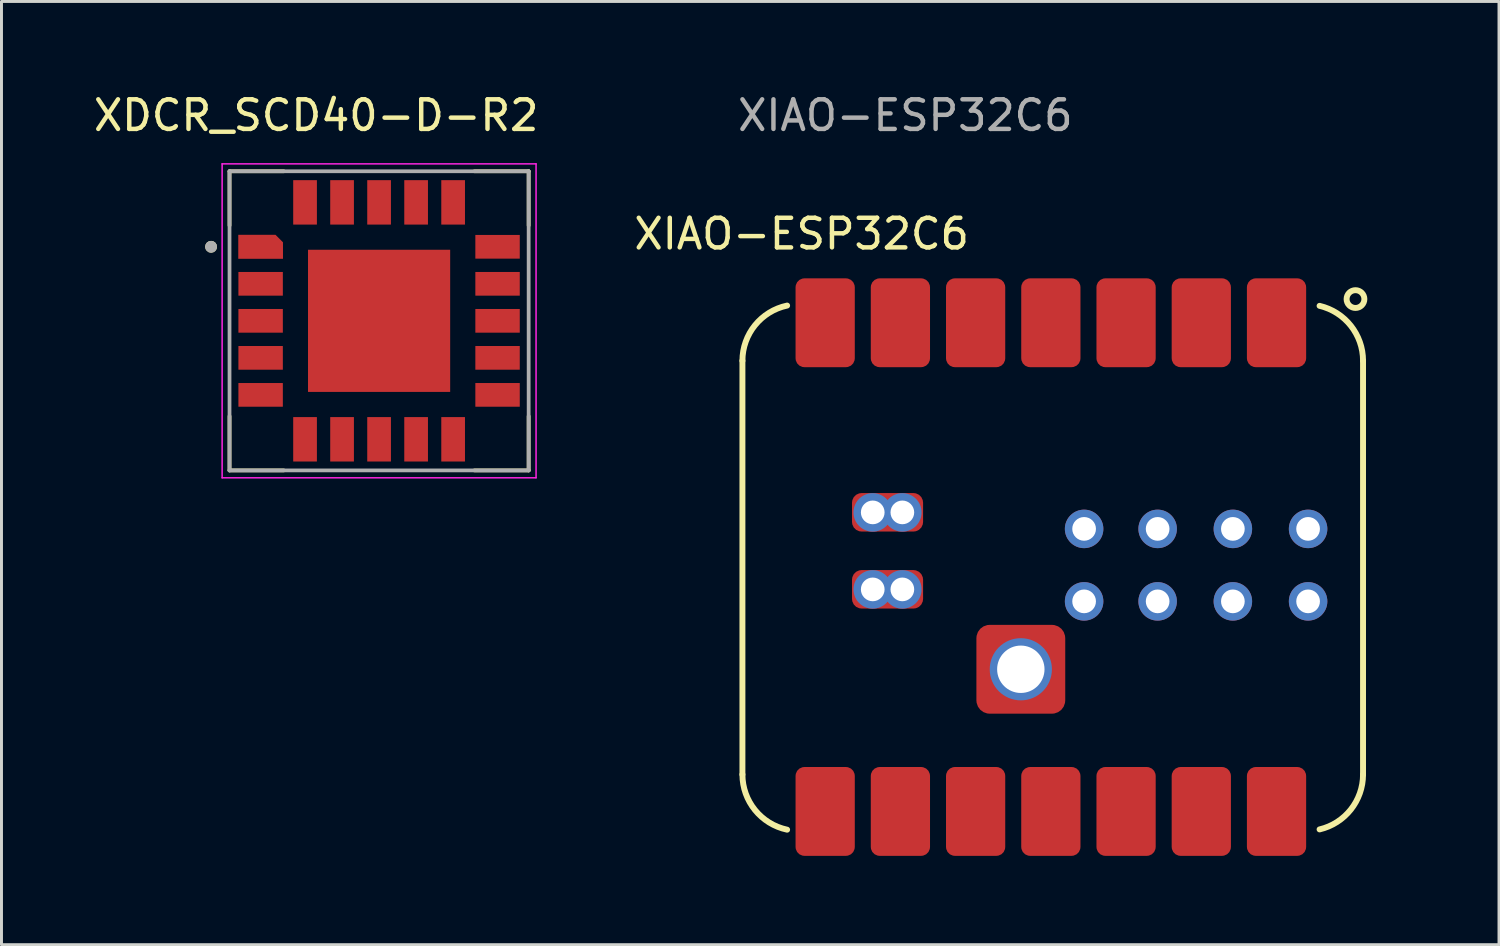
<source format=kicad_pcb>
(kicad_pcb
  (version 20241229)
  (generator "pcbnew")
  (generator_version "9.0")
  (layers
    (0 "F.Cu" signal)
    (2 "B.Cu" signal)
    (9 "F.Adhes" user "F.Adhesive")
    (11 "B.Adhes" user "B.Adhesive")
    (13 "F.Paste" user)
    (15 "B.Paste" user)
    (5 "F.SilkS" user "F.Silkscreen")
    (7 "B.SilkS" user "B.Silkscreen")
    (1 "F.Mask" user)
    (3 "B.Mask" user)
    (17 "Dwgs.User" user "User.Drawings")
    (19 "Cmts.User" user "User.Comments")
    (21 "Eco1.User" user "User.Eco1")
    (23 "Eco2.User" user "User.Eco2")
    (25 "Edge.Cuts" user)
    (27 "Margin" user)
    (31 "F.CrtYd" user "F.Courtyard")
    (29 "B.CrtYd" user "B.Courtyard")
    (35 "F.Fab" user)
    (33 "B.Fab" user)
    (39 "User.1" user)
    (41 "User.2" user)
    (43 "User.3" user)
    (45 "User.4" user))
  (footprint "XIAO-ESP32C6"
    (layer "F.Cu")
    (at 32.518 15.848)
    (property "Reference" "XIAO-ESP32C6" (at -8.5 -11 0) (unlocked yes) (layer "F.SilkS") (effects (font (size 1 1) (thickness 0.15))))
    (attr smd)
    (fp_line (start -10.5 -6.717) (end -10.5 7.253) (stroke (width 0.2) (type solid)) (layer "F.SilkS"))
    (fp_line (start 10.455 7.253) (end 10.455 -6.717) (stroke (width 0.2) (type solid)) (layer "F.SilkS"))
    (fp_arc (start -10.5 -6.717038) (mid -10.075487 -7.915864) (end -8.991146 -8.580393) (stroke (width 0.2) (type solid)) (layer "F.SilkS"))
    (fp_arc (start -8.991146 9.116317) (mid -10.075487 8.451787) (end -10.5 7.252962) (stroke (width 0.2) (type solid)) (layer "F.SilkS"))
    (fp_arc (start 8.987948 -8.571016) (mid 10.043874 -7.899142) (end 10.455 -6.717038) (stroke (width 0.2) (type solid)) (layer "F.SilkS"))
    (fp_arc (start 10.455 7.252962) (mid 10.043873 8.435064) (end 8.987947 9.106936) (stroke (width 0.2) (type solid)) (layer "F.SilkS"))
    (fp_circle (center 10.2 -8.8) (end 10.5 -8.8) (stroke (width 0.2) (type solid)) (fill no) (layer "F.SilkS"))
    (fp_line (start 10.484 4.784) (end 10.484 -4.217) (stroke (width 0.1) (type default)) (layer "User.1"))
    (fp_line (start 10.494 -4.217) (end 11.996 -4.217) (stroke (width 0.1) (type default)) (layer "User.1"))
    (fp_line (start 11.996 -4.217) (end 11.996 4.784) (stroke (width 0.1) (type default)) (layer "User.1"))
    (fp_line (start 11.996 4.784) (end 10.484 4.784) (stroke (width 0.1) (type default)) (layer "User.1"))
    (fp_rect (start 5.629 -3.542) (end 11.979 4.078) (stroke (width 0.076) (type default)) (fill no) (layer "User.1"))
    (fp_text user "${REFERENCE}" (at -5 -15 0) (unlocked yes) (layer "F.Fab") (effects (font (size 1 1) (thickness 0.15))))
    (pad "1" smd roundrect (at 7.534 -8) (size 2 3) (layers "F.Cu" "F.Mask" "F.Paste") (roundrect_rratio 0.15))
    (pad "2" smd roundrect (at 4.994 -8) (size 2 3) (layers "F.Cu" "F.Mask" "F.Paste") (roundrect_rratio 0.15))
    (pad "3" smd roundrect (at 2.454 -8) (size 2 3) (layers "F.Cu" "F.Mask" "F.Paste") (roundrect_rratio 0.15))
    (pad "4" smd roundrect (at -0.086 -8) (size 2 3) (layers "F.Cu" "F.Mask" "F.Paste") (roundrect_rratio 0.15))
    (pad "5" smd roundrect (at -2.626 -8) (size 2 3) (layers "F.Cu" "F.Mask" "F.Paste") (roundrect_rratio 0.15))
    (pad "6" smd roundrect (at -5.166 -8) (size 2 3) (layers "F.Cu" "F.Mask" "F.Paste") (roundrect_rratio 0.15))
    (pad "7" smd roundrect (at -7.706 -8) (size 2 3) (layers "F.Cu" "F.Mask" "F.Paste") (roundrect_rratio 0.15))
    (pad "8" smd roundrect (at -7.706 8.5) (size 2 3) (layers "F.Cu" "F.Mask" "F.Paste") (roundrect_rratio 0.15))
    (pad "9" smd roundrect (at -5.166 8.5) (size 2 3) (layers "F.Cu" "F.Mask" "F.Paste") (roundrect_rratio 0.15))
    (pad "10" smd roundrect (at -2.626 8.5) (size 2 3) (layers "F.Cu" "F.Mask" "F.Paste") (roundrect_rratio 0.15))
    (pad "11" smd roundrect (at -0.086 8.5) (size 2 3) (layers "F.Cu" "F.Mask" "F.Paste") (roundrect_rratio 0.15))
    (pad "12" smd roundrect (at 2.454 8.5) (size 2 3) (layers "F.Cu" "F.Mask" "F.Paste") (roundrect_rratio 0.15))
    (pad "13" smd roundrect (at 4.994 8.5) (size 2 3) (layers "F.Cu" "F.Mask" "F.Paste") (roundrect_rratio 0.15))
    (pad "14" smd roundrect (at 7.534 8.5) (size 2 3) (layers "F.Cu" "F.Mask" "F.Paste") (roundrect_rratio 0.15))
    (pad "15" thru_hole circle (at -6.1 -1.597 90) (size 1.3 1.3) (drill 0.8) (layers "*.Cu" "*.Mask"))
    (pad "15" smd roundrect (at -5.6 -1.6 90) (size 1.3 2.4) (layers "F.Cu" "F.Mask" "F.Paste") (roundrect_rratio 0.25))
    (pad "16" thru_hole circle (at -5.1 -1.597 90) (size 1.3 1.3) (drill 0.8) (layers "*.Cu" "*.Mask"))
    (pad "17" thru_hole circle (at -6.1 1.003 90) (size 1.3 1.3) (drill 0.8) (layers "*.Cu" "*.Mask"))
    (pad "17" smd roundrect (at -5.6 1 90) (size 1.3 2.4) (layers "F.Cu" "F.Mask" "F.Paste") (roundrect_rratio 0.25))
    (pad "18" thru_hole circle (at -5.1 1.003 90) (size 1.3 1.3) (drill 0.8) (layers "*.Cu" "*.Mask"))
    (pad "19" thru_hole circle (at 1.037 -1.04) (size 1.3 1.3) (drill 0.8) (layers "*.Cu" "*.Mask"))
    (pad "20" thru_hole circle (at 3.52 -1.04) (size 1.3 1.3) (drill 0.8) (layers "*.Cu" "*.Mask"))
    (pad "21" thru_hole circle (at 6.06 -1.04) (size 1.3 1.3) (drill 0.8) (layers "*.Cu" "*.Mask"))
    (pad "22" thru_hole circle (at 8.6 -1.04) (size 1.3 1.3) (drill 0.8) (layers "*.Cu" "*.Mask"))
    (pad "23" thru_hole circle (at 1.037 1.407) (size 1.3 1.3) (drill 0.8) (layers "*.Cu" "*.Mask"))
    (pad "24" thru_hole circle (at 3.52 1.407) (size 1.3 1.3) (drill 0.8) (layers "*.Cu" "*.Mask"))
    (pad "25" thru_hole circle (at 6.06 1.407) (size 1.3 1.3) (drill 0.8) (layers "*.Cu" "*.Mask"))
    (pad "26" thru_hole circle (at 8.6 1.407) (size 1.3 1.3) (drill 0.8) (layers "*.Cu" "*.Mask"))
    (pad "27" thru_hole circle (at -1.1 3.7) (size 2.1 2.1) (drill 1.6) (layers "*.Cu" "*.Mask"))
    (pad "27" smd roundrect (at -1.1 3.7) (size 3 3) (layers "F.Cu" "F.Mask" "F.Paste") (roundrect_rratio 0.15)))
  (footprint "XDCR_SCD40-D-R2"
    (layer "F.Cu")
    (at 9.75 7.783)
    (property "Reference" "XDCR_SCD40-D-R2" (at -2.125 -6.935 0) (layer "F.SilkS") (effects (font (size 1 1) (thickness 0.15))))
    (attr smd)
    (fp_poly (pts (xy -4.85 -1.75) (xy -3.15 -1.75) (xy -3.15 -0.75) (xy -4.85 -0.75)) (stroke (width 0.01) (type solid)) (fill yes) (layer "F.Mask"))
    (fp_poly (pts (xy -4.85 -0.5) (xy -3.15 -0.5) (xy -3.15 0.5) (xy -4.85 0.5)) (stroke (width 0.01) (type solid)) (fill yes) (layer "F.Mask"))
    (fp_poly (pts (xy -4.85 0.75) (xy -3.15 0.75) (xy -3.15 1.75) (xy -4.85 1.75)) (stroke (width 0.01) (type solid)) (fill yes) (layer "F.Mask"))
    (fp_poly (pts (xy -4.85 2) (xy -3.15 2) (xy -3.15 3) (xy -4.85 3)) (stroke (width 0.01) (type solid)) (fill yes) (layer "F.Mask"))
    (fp_poly (pts (xy -3 -4.85) (xy -2 -4.85) (xy -2 -3.15) (xy -3 -3.15)) (stroke (width 0.01) (type solid)) (fill yes) (layer "F.Mask"))
    (fp_poly (pts (xy -3 3.15) (xy -2 3.15) (xy -2 4.85) (xy -3 4.85)) (stroke (width 0.01) (type solid)) (fill yes) (layer "F.Mask"))
    (fp_poly (pts (xy -2.5 -2.5) (xy 2.5 -2.5) (xy 2.5 2.5) (xy -2.5 2.5)) (stroke (width 0.01) (type solid)) (fill yes) (layer "F.Mask"))
    (fp_poly (pts (xy -1.75 -4.85) (xy -0.75 -4.85) (xy -0.75 -3.15) (xy -1.75 -3.15)) (stroke (width 0.01) (type solid)) (fill yes) (layer "F.Mask"))
    (fp_poly (pts (xy -1.75 3.15) (xy -0.75 3.15) (xy -0.75 4.85) (xy -1.75 4.85)) (stroke (width 0.01) (type solid)) (fill yes) (layer "F.Mask"))
    (fp_poly (pts (xy -0.5 -4.85) (xy 0.5 -4.85) (xy 0.5 -3.15) (xy -0.5 -3.15)) (stroke (width 0.01) (type solid)) (fill yes) (layer "F.Mask"))
    (fp_poly (pts (xy -0.5 3.15) (xy 0.5 3.15) (xy 0.5 4.85) (xy -0.5 4.85)) (stroke (width 0.01) (type solid)) (fill yes) (layer "F.Mask"))
    (fp_poly (pts (xy 0.75 -4.85) (xy 1.75 -4.85) (xy 1.75 -3.15) (xy 0.75 -3.15)) (stroke (width 0.01) (type solid)) (fill yes) (layer "F.Mask"))
    (fp_poly (pts (xy 0.75 3.15) (xy 1.75 3.15) (xy 1.75 4.85) (xy 0.75 4.85)) (stroke (width 0.01) (type solid)) (fill yes) (layer "F.Mask"))
    (fp_poly (pts (xy 2 -4.85) (xy 3 -4.85) (xy 3 -3.15) (xy 2 -3.15)) (stroke (width 0.01) (type solid)) (fill yes) (layer "F.Mask"))
    (fp_poly (pts (xy 2 3.15) (xy 3 3.15) (xy 3 4.85) (xy 2 4.85)) (stroke (width 0.01) (type solid)) (fill yes) (layer "F.Mask"))
    (fp_poly (pts (xy 3.15 -3) (xy 4.85 -3) (xy 4.85 -2) (xy 3.15 -2)) (stroke (width 0.01) (type solid)) (fill yes) (layer "F.Mask"))
    (fp_poly (pts (xy 3.15 -1.75) (xy 4.85 -1.75) (xy 4.85 -0.75) (xy 3.15 -0.75)) (stroke (width 0.01) (type solid)) (fill yes) (layer "F.Mask"))
    (fp_poly (pts (xy 3.15 -0.5) (xy 4.85 -0.5) (xy 4.85 0.5) (xy 3.15 0.5)) (stroke (width 0.01) (type solid)) (fill yes) (layer "F.Mask"))
    (fp_poly (pts (xy 3.15 0.75) (xy 4.85 0.75) (xy 4.85 1.75) (xy 3.15 1.75)) (stroke (width 0.01) (type solid)) (fill yes) (layer "F.Mask"))
    (fp_poly (pts (xy 3.15 2) (xy 4.85 2) (xy 4.85 3) (xy 3.15 3)) (stroke (width 0.01) (type solid)) (fill yes) (layer "F.Mask"))
    (fp_poly (pts (xy -4.85 -3) (xy -4.85 -2) (xy -3.15 -2) (xy -3.15 -2.72) (xy -3.43 -3)) (stroke (width 0.01) (type solid)) (fill yes) (layer "F.Mask"))
    (fp_line (start -5.05 -5.05) (end -5.05 -3.22) (stroke (width 0.127) (type solid)) (layer "F.SilkS"))
    (fp_line (start -5.05 -5.05) (end -3.22 -5.05) (stroke (width 0.127) (type solid)) (layer "F.SilkS"))
    (fp_line (start -5.05 5.05) (end -5.05 3.22) (stroke (width 0.127) (type solid)) (layer "F.SilkS"))
    (fp_line (start -3.22 5.05) (end -5.05 5.05) (stroke (width 0.127) (type solid)) (layer "F.SilkS"))
    (fp_line (start 3.22 -5.05) (end 5.05 -5.05) (stroke (width 0.127) (type solid)) (layer "F.SilkS"))
    (fp_line (start 5.05 -5.05) (end 5.05 -3.22) (stroke (width 0.127) (type solid)) (layer "F.SilkS"))
    (fp_line (start 5.05 5.05) (end 3.22 5.05) (stroke (width 0.127) (type solid)) (layer "F.SilkS"))
    (fp_line (start 5.05 5.05) (end 5.05 3.22) (stroke (width 0.127) (type solid)) (layer "F.SilkS"))
    (fp_circle (center -5.673 -2.5) (end -5.573 -2.5) (stroke (width 0.2) (type solid)) (fill no) (layer "F.SilkS"))
    (fp_poly (pts (xy -4.625 -1.525) (xy -3.375 -1.525) (xy -3.375 -0.975) (xy -4.625 -0.975)) (stroke (width 0.01) (type solid)) (fill yes) (layer "F.Paste"))
    (fp_poly (pts (xy -4.625 -0.275) (xy -3.375 -0.275) (xy -3.375 0.275) (xy -4.625 0.275)) (stroke (width 0.01) (type solid)) (fill yes) (layer "F.Paste"))
    (fp_poly (pts (xy -4.625 0.975) (xy -3.375 0.975) (xy -3.375 1.525) (xy -4.625 1.525)) (stroke (width 0.01) (type solid)) (fill yes) (layer "F.Paste"))
    (fp_poly (pts (xy -4.625 2.225) (xy -3.375 2.225) (xy -3.375 2.775) (xy -4.625 2.775)) (stroke (width 0.01) (type solid)) (fill yes) (layer "F.Paste"))
    (fp_poly (pts (xy -2.775 -4.625) (xy -2.225 -4.625) (xy -2.225 -3.375) (xy -2.775 -3.375)) (stroke (width 0.01) (type solid)) (fill yes) (layer "F.Paste"))
    (fp_poly (pts (xy -2.775 3.375) (xy -2.225 3.375) (xy -2.225 4.625) (xy -2.775 4.625)) (stroke (width 0.01) (type solid)) (fill yes) (layer "F.Paste"))
    (fp_poly (pts (xy -2.15 -2.15) (xy -0.35 -2.15) (xy -0.35 -0.35) (xy -2.15 -0.35)) (stroke (width 0.01) (type solid)) (fill yes) (layer "F.Paste"))
    (fp_poly (pts (xy -2.15 0.35) (xy -0.35 0.35) (xy -0.35 2.15) (xy -2.15 2.15)) (stroke (width 0.01) (type solid)) (fill yes) (layer "F.Paste"))
    (fp_poly (pts (xy -1.525 -4.625) (xy -0.975 -4.625) (xy -0.975 -3.375) (xy -1.525 -3.375)) (stroke (width 0.01) (type solid)) (fill yes) (layer "F.Paste"))
    (fp_poly (pts (xy -1.525 3.375) (xy -0.975 3.375) (xy -0.975 4.625) (xy -1.525 4.625)) (stroke (width 0.01) (type solid)) (fill yes) (layer "F.Paste"))
    (fp_poly (pts (xy -0.275 -4.625) (xy 0.275 -4.625) (xy 0.275 -3.375) (xy -0.275 -3.375)) (stroke (width 0.01) (type solid)) (fill yes) (layer "F.Paste"))
    (fp_poly (pts (xy -0.275 3.375) (xy 0.275 3.375) (xy 0.275 4.625) (xy -0.275 4.625)) (stroke (width 0.01) (type solid)) (fill yes) (layer "F.Paste"))
    (fp_poly (pts (xy 0.35 -2.15) (xy 2.15 -2.15) (xy 2.15 -0.35) (xy 0.35 -0.35)) (stroke (width 0.01) (type solid)) (fill yes) (layer "F.Paste"))
    (fp_poly (pts (xy 0.35 0.35) (xy 2.15 0.35) (xy 2.15 2.15) (xy 0.35 2.15)) (stroke (width 0.01) (type solid)) (fill yes) (layer "F.Paste"))
    (fp_poly (pts (xy 0.975 -4.625) (xy 1.525 -4.625) (xy 1.525 -3.375) (xy 0.975 -3.375)) (stroke (width 0.01) (type solid)) (fill yes) (layer "F.Paste"))
    (fp_poly (pts (xy 0.975 3.375) (xy 1.525 3.375) (xy 1.525 4.625) (xy 0.975 4.625)) (stroke (width 0.01) (type solid)) (fill yes) (layer "F.Paste"))
    (fp_poly (pts (xy 2.225 -4.625) (xy 2.775 -4.625) (xy 2.775 -3.375) (xy 2.225 -3.375)) (stroke (width 0.01) (type solid)) (fill yes) (layer "F.Paste"))
    (fp_poly (pts (xy 2.225 3.375) (xy 2.775 3.375) (xy 2.775 4.625) (xy 2.225 4.625)) (stroke (width 0.01) (type solid)) (fill yes) (layer "F.Paste"))
    (fp_poly (pts (xy 3.375 -2.775) (xy 4.625 -2.775) (xy 4.625 -2.225) (xy 3.375 -2.225)) (stroke (width 0.01) (type solid)) (fill yes) (layer "F.Paste"))
    (fp_poly (pts (xy 3.375 -1.525) (xy 4.625 -1.525) (xy 4.625 -0.975) (xy 3.375 -0.975)) (stroke (width 0.01) (type solid)) (fill yes) (layer "F.Paste"))
    (fp_poly (pts (xy 3.375 -0.275) (xy 4.625 -0.275) (xy 4.625 0.275) (xy 3.375 0.275)) (stroke (width 0.01) (type solid)) (fill yes) (layer "F.Paste"))
    (fp_poly (pts (xy 3.375 0.975) (xy 4.625 0.975) (xy 4.625 1.525) (xy 3.375 1.525)) (stroke (width 0.01) (type solid)) (fill yes) (layer "F.Paste"))
    (fp_poly (pts (xy 3.375 2.225) (xy 4.625 2.225) (xy 4.625 2.775) (xy 3.375 2.775)) (stroke (width 0.01) (type solid)) (fill yes) (layer "F.Paste"))
    (fp_poly (pts (xy -3.375 -2.225) (xy -4.625 -2.225) (xy -4.625 -2.775) (xy -3.555 -2.775) (xy -3.375 -2.595)) (stroke (width 0.01) (type solid)) (fill yes) (layer "F.Paste"))
    (fp_line (start -5.3 -5.3) (end -5.3 5.3) (stroke (width 0.05) (type solid)) (layer "F.CrtYd"))
    (fp_line (start -5.3 5.3) (end 5.3 5.3) (stroke (width 0.05) (type solid)) (layer "F.CrtYd"))
    (fp_line (start 5.3 -5.3) (end -5.3 -5.3) (stroke (width 0.05) (type solid)) (layer "F.CrtYd"))
    (fp_line (start 5.3 5.3) (end 5.3 -5.3) (stroke (width 0.05) (type solid)) (layer "F.CrtYd"))
    (fp_line (start -5.05 -5.05) (end 5.05 -5.05) (stroke (width 0.127) (type solid)) (layer "F.Fab"))
    (fp_line (start -5.05 5.05) (end -5.05 -5.05) (stroke (width 0.127) (type solid)) (layer "F.Fab"))
    (fp_line (start 5.05 -5.05) (end 5.05 5.05) (stroke (width 0.127) (type solid)) (layer "F.Fab"))
    (fp_line (start 5.05 5.05) (end -5.05 5.05) (stroke (width 0.127) (type solid)) (layer "F.Fab"))
    (fp_circle (center -5.673 -2.5) (end -5.573 -2.5) (stroke (width 0.2) (type solid)) (fill no) (layer "F.Fab"))
    (pad "1" smd custom (at -4 -2.5) (size 0.5 0.5) (layers "F.Cu") (options (anchor rect)) (primitives (gr_poly (pts (xy 0.75 0.4) (xy -0.75 0.4) (xy -0.75 -0.4) (xy 0.5 -0.4) (xy 0.75 -0.15)) (width 0.01) (fill yes))))
    (pad "2" smd rect (at -4 -1.25) (size 1.5 0.8) (layers "F.Cu"))
    (pad "3" smd rect (at -4 0) (size 1.5 0.8) (layers "F.Cu"))
    (pad "4" smd rect (at -4 1.25) (size 1.5 0.8) (layers "F.Cu"))
    (pad "5" smd rect (at -4 2.5) (size 1.5 0.8) (layers "F.Cu"))
    (pad "6" smd rect (at -2.5 4) (size 0.8 1.5) (layers "F.Cu"))
    (pad "7" smd rect (at -1.25 4) (size 0.8 1.5) (layers "F.Cu"))
    (pad "8" smd rect (at 0 4) (size 0.8 1.5) (layers "F.Cu"))
    (pad "9" smd rect (at 1.25 4) (size 0.8 1.5) (layers "F.Cu"))
    (pad "10" smd rect (at 2.5 4) (size 0.8 1.5) (layers "F.Cu"))
    (pad "11" smd rect (at 4 2.5) (size 1.5 0.8) (layers "F.Cu"))
    (pad "12" smd rect (at 4 1.25) (size 1.5 0.8) (layers "F.Cu"))
    (pad "13" smd rect (at 4 0) (size 1.5 0.8) (layers "F.Cu"))
    (pad "14" smd rect (at 4 -1.25) (size 1.5 0.8) (layers "F.Cu"))
    (pad "15" smd rect (at 4 -2.5) (size 1.5 0.8) (layers "F.Cu"))
    (pad "16" smd rect (at 2.5 -4) (size 0.8 1.5) (layers "F.Cu"))
    (pad "17" smd rect (at 1.25 -4) (size 0.8 1.5) (layers "F.Cu"))
    (pad "18" smd rect (at 0 -4) (size 0.8 1.5) (layers "F.Cu"))
    (pad "19" smd rect (at -1.25 -4) (size 0.8 1.5) (layers "F.Cu"))
    (pad "20" smd rect (at -2.5 -4) (size 0.8 1.5) (layers "F.Cu"))
    (pad "21" smd rect (at 0 0) (size 4.8 4.8) (layers "F.Cu")))
  (gr_rect
    (start -3 -3)
    (end 47.564 28.848)
    (stroke (width 0.1) (type default))
    (fill no)
    (layer "Edge.Cuts")))
</source>
